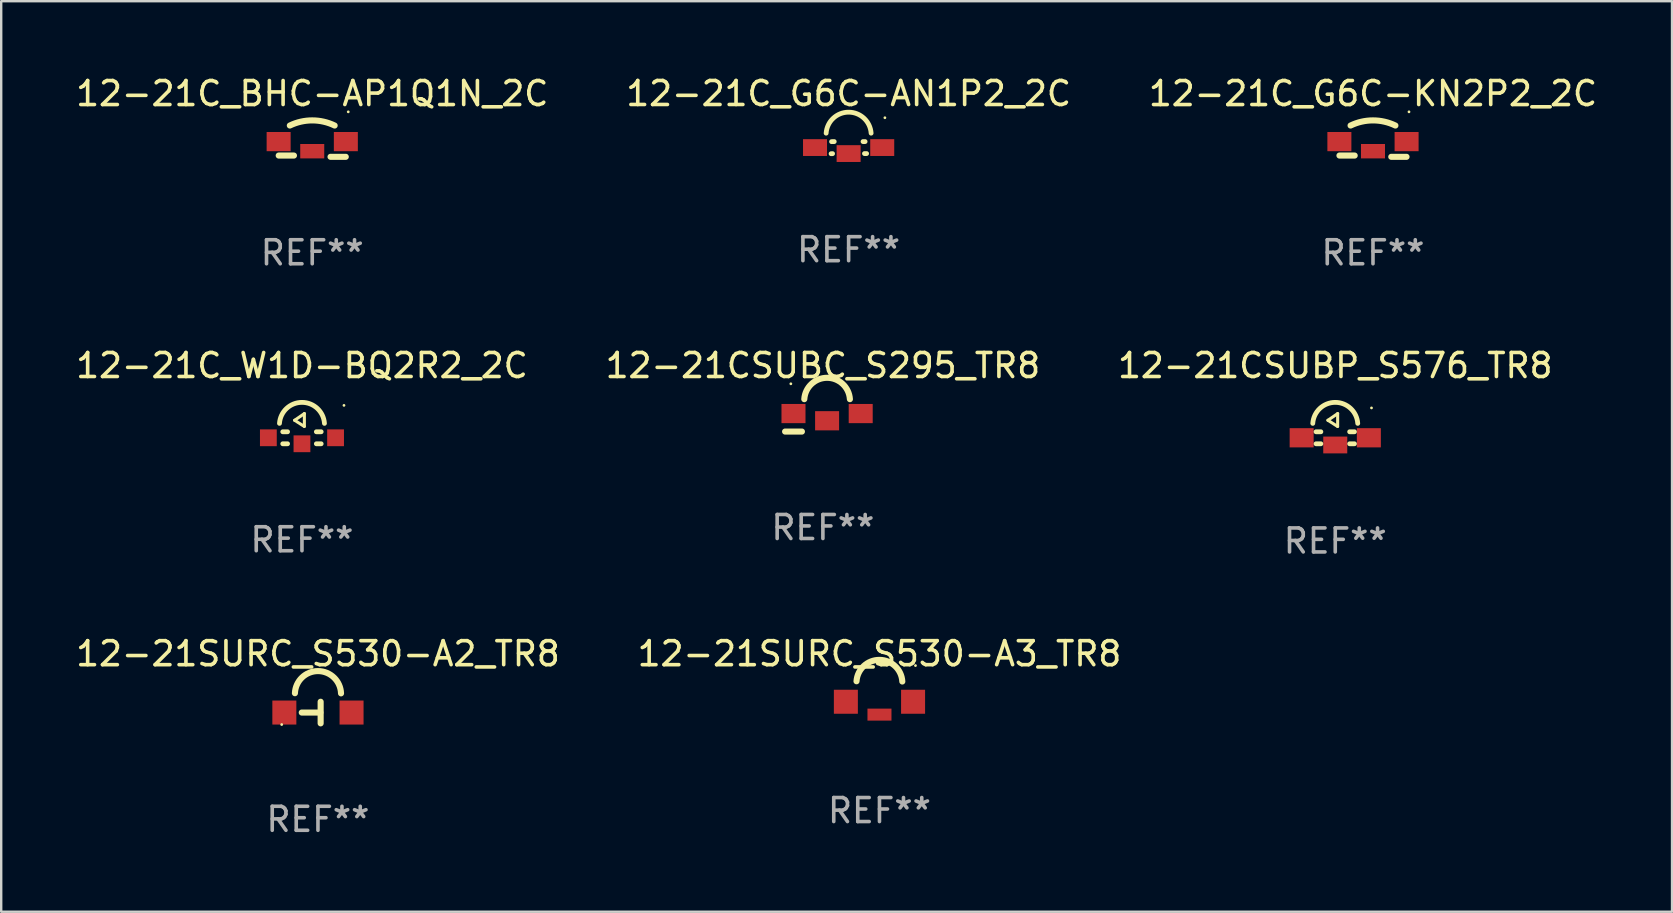
<source format=kicad_pcb>
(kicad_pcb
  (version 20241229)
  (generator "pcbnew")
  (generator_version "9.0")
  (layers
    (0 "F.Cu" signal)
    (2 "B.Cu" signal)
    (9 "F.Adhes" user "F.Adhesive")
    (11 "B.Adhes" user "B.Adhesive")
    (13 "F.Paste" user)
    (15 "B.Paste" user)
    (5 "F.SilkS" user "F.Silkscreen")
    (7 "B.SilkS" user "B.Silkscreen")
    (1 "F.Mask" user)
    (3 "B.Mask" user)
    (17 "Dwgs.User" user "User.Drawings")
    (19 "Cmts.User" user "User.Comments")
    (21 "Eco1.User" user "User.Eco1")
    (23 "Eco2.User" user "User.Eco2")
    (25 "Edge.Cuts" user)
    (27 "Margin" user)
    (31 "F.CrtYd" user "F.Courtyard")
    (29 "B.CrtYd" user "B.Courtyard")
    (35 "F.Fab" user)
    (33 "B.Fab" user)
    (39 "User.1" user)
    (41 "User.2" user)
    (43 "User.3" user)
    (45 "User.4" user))
  (footprint "12-21C_G6C-AN1P2_2C"
    (layer "F.Cu")
    (at 32.304 3.101)
    (property "Reference" "12-21C_G6C-AN1P2_2C" (at 0 -2.253 0) (layer "F.SilkS") (effects (font (size 1 1) (thickness 0.15))))
    (attr through_hole)
    (fp_line (start -0.731 0.253) (end -0.669 0.25) (stroke (width 0.2) (type solid)) (layer "F.SilkS"))
    (fp_line (start -0.711 -0.25) (end -0.6 -0.253) (stroke (width 0.2) (type solid)) (layer "F.SilkS"))
    (fp_line (start 0.6 -0.253) (end 0.686 -0.253) (stroke (width 0.2) (type solid)) (layer "F.SilkS"))
    (fp_line (start 0.66 0.247) (end 0.749 0.247) (stroke (width 0.2) (type solid)) (layer "F.SilkS"))
    (fp_arc (start -0.936728 -0.602604) (mid 0.000013 -1.47822) (end 0.936754 -0.602604) (stroke (width 0.2) (type solid)) (layer "F.SilkS"))
    (fp_circle (center 1.511 -1.246) (end 1.541 -1.246) (stroke (width 0.06) (type solid)) (fill no) (layer "F.SilkS"))
    (fp_text user "REF**" (at 0 4.253 0) (layer "F.Fab") (effects (font (size 1 1) (thickness 0.15))))
    (pad "1" smd rect (at 1.4 -0.003 180) (size 1 0.7) (layers "F.Cu" "F.Mask" "F.Paste"))
    (pad "2" smd rect (at -1.4 -0.003 180) (size 1 0.7) (layers "F.Cu" "F.Mask" "F.Paste"))
    (pad "3" smd rect (at 0 0.247 180) (size 1 0.7) (layers "F.Cu" "F.Mask" "F.Paste")))
  (footprint "12-21C_BHC-AP1Q1N_2C"
    (layer "F.Cu")
    (at 9.958 3.166)
    (property "Reference" "12-21C_BHC-AP1Q1N_2C" (at 0 -2.317 0) (layer "F.SilkS") (effects (font (size 1 1) (thickness 0.15))))
    (attr through_hole)
    (fp_line (start -1.397 0.264) (end -0.762 0.264) (stroke (width 0.254) (type solid)) (layer "F.SilkS"))
    (fp_line (start 0.762 0.317) (end 1.397 0.317) (stroke (width 0.254) (type solid)) (layer "F.SilkS"))
    (fp_arc (start -0.933604 -0.986576) (mid 0 -1.200166) (end 0.933604 -0.986576) (stroke (width 0.254001) (type solid)) (layer "F.SilkS"))
    (fp_circle (center 1.5 -1.557) (end 1.53 -1.557) (stroke (width 0.06) (type solid)) (fill no) (layer "F.SilkS"))
    (fp_text user "REF**" (at 0 4.317 0) (layer "F.Fab") (effects (font (size 1 1) (thickness 0.15))))
    (pad "1" smd rect (at 1.4 -0.317 180) (size 1 0.8) (layers "F.Cu" "F.Mask" "F.Paste"))
    (pad "2" smd rect (at -1.4 -0.317 180) (size 1 0.8) (layers "F.Cu" "F.Mask" "F.Paste"))
    (pad "3" smd rect (at 0.000127 0.083 180) (size 1 0.6) (layers "F.Cu" "F.Mask" "F.Paste")))
  (footprint "12-21SURC_S530-A3_TR8"
    (layer "F.Cu")
    (at 33.589 26.453)
    (property "Reference" "12-21SURC_S530-A3_TR8" (at 0 -2.268 0) (layer "F.SilkS") (effects (font (size 1 1) (thickness 0.15))))
    (attr through_hole)
    (fp_arc (start -0.956692 -1.121386) (mid 0.002057 -2.011844) (end 0.951511 -1.111481) (stroke (width 0.254001) (type solid)) (layer "F.SilkS"))
    (fp_circle (center 1.5 -1.775) (end 1.53 -1.775) (stroke (width 0.06) (type solid)) (fill no) (layer "F.SilkS"))
    (fp_text user "REF**" (at 0 4.268 0) (layer "F.Fab") (effects (font (size 1 1) (thickness 0.15))))
    (pad "1" smd rect (at 1.4 -0.268) (size 1 1) (layers "F.Cu" "F.Mask" "F.Paste"))
    (pad "2" smd rect (at -1.4 -0.268) (size 1 1) (layers "F.Cu" "F.Mask" "F.Paste"))
    (pad "3" smd rect (at 0 0.268) (size 1 0.5) (layers "F.Cu" "F.Mask" "F.Paste")))
  (footprint "12-21CSUBC_S295_TR8"
    (layer "F.Cu")
    (at 31.232 14.554)
    (property "Reference" "12-21CSUBC_S295_TR8" (at 0 -2.375 0) (layer "F.SilkS") (effects (font (size 1 1) (thickness 0.15))))
    (attr through_hole)
    (fp_line (start -0.874 0.375) (end -1.575 0.375) (stroke (width 0.254) (type solid)) (layer "F.SilkS"))
    (fp_arc (start -0.775006 -0.974778) (mid 0.174981 -1.864405) (end 1.124968 -0.974778) (stroke (width 0.254001) (type solid)) (layer "F.SilkS"))
    (fp_circle (center -1.335 -1.615) (end -1.305 -1.615) (stroke (width 0.06) (type solid)) (fill no) (layer "F.SilkS"))
    (fp_text user "REF**" (at 0 4.375 0) (layer "F.Fab") (effects (font (size 1 1) (thickness 0.15))))
    (pad "1" smd rect (at -1.225 -0.375 180) (size 1 0.8) (layers "F.Cu" "F.Mask" "F.Paste"))
    (pad "2" smd rect (at 1.575 -0.375 180) (size 1 0.8) (layers "F.Cu" "F.Mask" "F.Paste"))
    (pad "3" smd rect (at 0.175 -0.075 180) (size 1 0.8) (layers "F.Cu" "F.Mask" "F.Paste")))
  (footprint "12-21CSUBP_S576_TR8"
    (layer "F.Cu")
    (at 52.577 14.834)
    (property "Reference" "12-21CSUBP_S576_TR8" (at 0 -2.654 0) (layer "F.SilkS") (effects (font (size 1 1) (thickness 0.15))))
    (attr through_hole)
    (fp_line (start -0.8 0.104) (end -0.6 0.104) (stroke (width 0.2) (type solid)) (layer "F.SilkS"))
    (fp_line (start -0.8 0.604) (end -0.6 0.604) (stroke (width 0.2) (type solid)) (layer "F.SilkS"))
    (fp_line (start -0.306 -0.375) (end 0.097 -0.118) (stroke (width 0.127) (type solid)) (layer "F.SilkS"))
    (fp_line (start 0.1 -0.654) (end -0.306 -0.375) (stroke (width 0.127) (type solid)) (layer "F.SilkS"))
    (fp_line (start 0.1 -0.121) (end 0.1 -0.654) (stroke (width 0.127) (type solid)) (layer "F.SilkS"))
    (fp_line (start 0.6 0.104) (end 0.8 0.104) (stroke (width 0.2) (type solid)) (layer "F.SilkS"))
    (fp_line (start 0.6 0.604) (end 0.8 0.604) (stroke (width 0.2) (type solid)) (layer "F.SilkS"))
    (fp_arc (start -0.936728 -0.245822) (mid 0.000013 -1.121438) (end 0.936754 -0.245822) (stroke (width 0.2) (type solid)) (layer "F.SilkS"))
    (fp_circle (center 1.51 -0.89) (end 1.54 -0.89) (stroke (width 0.06) (type solid)) (fill no) (layer "F.SilkS"))
    (fp_text user "REF**" (at 0 4.654 0) (layer "F.Fab") (effects (font (size 1 1) (thickness 0.15))))
    (pad "1" smd rect (at 1.4 0.354 180) (size 1 0.8) (layers "F.Cu" "F.Mask" "F.Paste"))
    (pad "2" smd rect (at -1.4 0.354 180) (size 1 0.8) (layers "F.Cu" "F.Mask" "F.Paste"))
    (pad "3" smd rect (at 0 0.654 180) (size 1 0.7) (layers "F.Cu" "F.Mask" "F.Paste")))
  (footprint "12-21C_W1D-BQ2R2_2C"
    (layer "F.Cu")
    (at 9.53 14.809)
    (property "Reference" "12-21C_W1D-BQ2R2_2C" (at 0 -2.629 0) (layer "F.SilkS") (effects (font (size 1 1) (thickness 0.15))))
    (attr through_hole)
    (fp_line (start -0.8 0.129) (end -0.6 0.129) (stroke (width 0.2) (type solid)) (layer "F.SilkS"))
    (fp_line (start -0.8 0.629) (end -0.6 0.629) (stroke (width 0.2) (type solid)) (layer "F.SilkS"))
    (fp_line (start -0.306 -0.35) (end 0.097 -0.093) (stroke (width 0.127) (type solid)) (layer "F.SilkS"))
    (fp_line (start 0.1 -0.629) (end -0.306 -0.35) (stroke (width 0.127) (type solid)) (layer "F.SilkS"))
    (fp_line (start 0.1 -0.096) (end 0.1 -0.629) (stroke (width 0.127) (type solid)) (layer "F.SilkS"))
    (fp_line (start 0.6 0.129) (end 0.8 0.129) (stroke (width 0.2) (type solid)) (layer "F.SilkS"))
    (fp_line (start 0.6 0.629) (end 0.8 0.629) (stroke (width 0.2) (type solid)) (layer "F.SilkS"))
    (fp_arc (start -0.936728 -0.220841) (mid 0.000013 -1.096457) (end 0.936754 -0.220841) (stroke (width 0.2) (type solid)) (layer "F.SilkS"))
    (fp_circle (center 1.75 -0.971) (end 1.78 -0.971) (stroke (width 0.06) (type solid)) (fill no) (layer "F.SilkS"))
    (fp_text user "REF**" (at 0 4.629 0) (layer "F.Fab") (effects (font (size 1 1) (thickness 0.15))))
    (pad "1" smd rect (at 1.4 0.379 180) (size 0.7 0.7) (layers "F.Cu" "F.Mask" "F.Paste"))
    (pad "2" smd rect (at -1.4 0.379 180) (size 0.7 0.7) (layers "F.Cu" "F.Mask" "F.Paste"))
    (pad "3" smd rect (at 0 0.629 180) (size 0.7 0.7) (layers "F.Cu" "F.Mask" "F.Paste")))
  (footprint "12-21C_G6C-KN2P2_2C"
    (layer "F.Cu")
    (at 54.149 3.166)
    (property "Reference" "12-21C_G6C-KN2P2_2C" (at 0 -2.317 0) (layer "F.SilkS") (effects (font (size 1 1) (thickness 0.15))))
    (attr through_hole)
    (fp_line (start -1.397 0.264) (end -0.762 0.264) (stroke (width 0.254) (type solid)) (layer "F.SilkS"))
    (fp_line (start 0.762 0.317) (end 1.397 0.317) (stroke (width 0.254) (type solid)) (layer "F.SilkS"))
    (fp_arc (start -0.933604 -0.986576) (mid 0 -1.200166) (end 0.933604 -0.986576) (stroke (width 0.254001) (type solid)) (layer "F.SilkS"))
    (fp_circle (center 1.5 -1.557) (end 1.53 -1.557) (stroke (width 0.06) (type solid)) (fill no) (layer "F.SilkS"))
    (fp_text user "REF**" (at 0 4.317 0) (layer "F.Fab") (effects (font (size 1 1) (thickness 0.15))))
    (pad "1" smd rect (at 1.4 -0.317 180) (size 1 0.8) (layers "F.Cu" "F.Mask" "F.Paste"))
    (pad "2" smd rect (at -1.4 -0.317 180) (size 1 0.8) (layers "F.Cu" "F.Mask" "F.Paste"))
    (pad "3" smd rect (at 0.000127 0.083 180) (size 1 0.6) (layers "F.Cu" "F.Mask" "F.Paste")))
  (footprint "12-21SURC_S530-A2_TR8"
    (layer "F.Cu")
    (at 10.196 26.635)
    (property "Reference" "12-21SURC_S530-A2_TR8" (at 0 -2.45 0) (layer "F.SilkS") (effects (font (size 1 1) (thickness 0.15))))
    (attr through_hole)
    (fp_line (start 0.1 0.000013) (end -0.675 0.000013) (stroke (width 0.254) (type solid)) (layer "F.SilkS"))
    (fp_line (start 0.112 -0.45) (end 0.112 0.45) (stroke (width 0.254) (type solid)) (layer "F.SilkS"))
    (fp_arc (start -0.959233 -0.806389) (mid 0.004243 -1.727376) (end 0.961189 -0.799606) (stroke (width 0.254001) (type solid)) (layer "F.SilkS"))
    (fp_circle (center -1.51 0.5) (end -1.48 0.5) (stroke (width 0.06) (type solid)) (fill no) (layer "F.SilkS"))
    (fp_text user "REF**" (at 0 4.45 0) (layer "F.Fab") (effects (font (size 1 1) (thickness 0.15))))
    (pad "1" smd rect (at -1.4 -0.000013) (size 1 1) (layers "F.Cu" "F.Mask" "F.Paste"))
    (pad "2" smd rect (at 1.4 -0.000013) (size 1 1) (layers "F.Cu" "F.Mask" "F.Paste")))
  (gr_rect
    (start -3 -3)
    (end 66.607 34.933)
    (stroke (width 0.1) (type default))
    (fill no)
    (layer "Edge.Cuts")))
</source>
